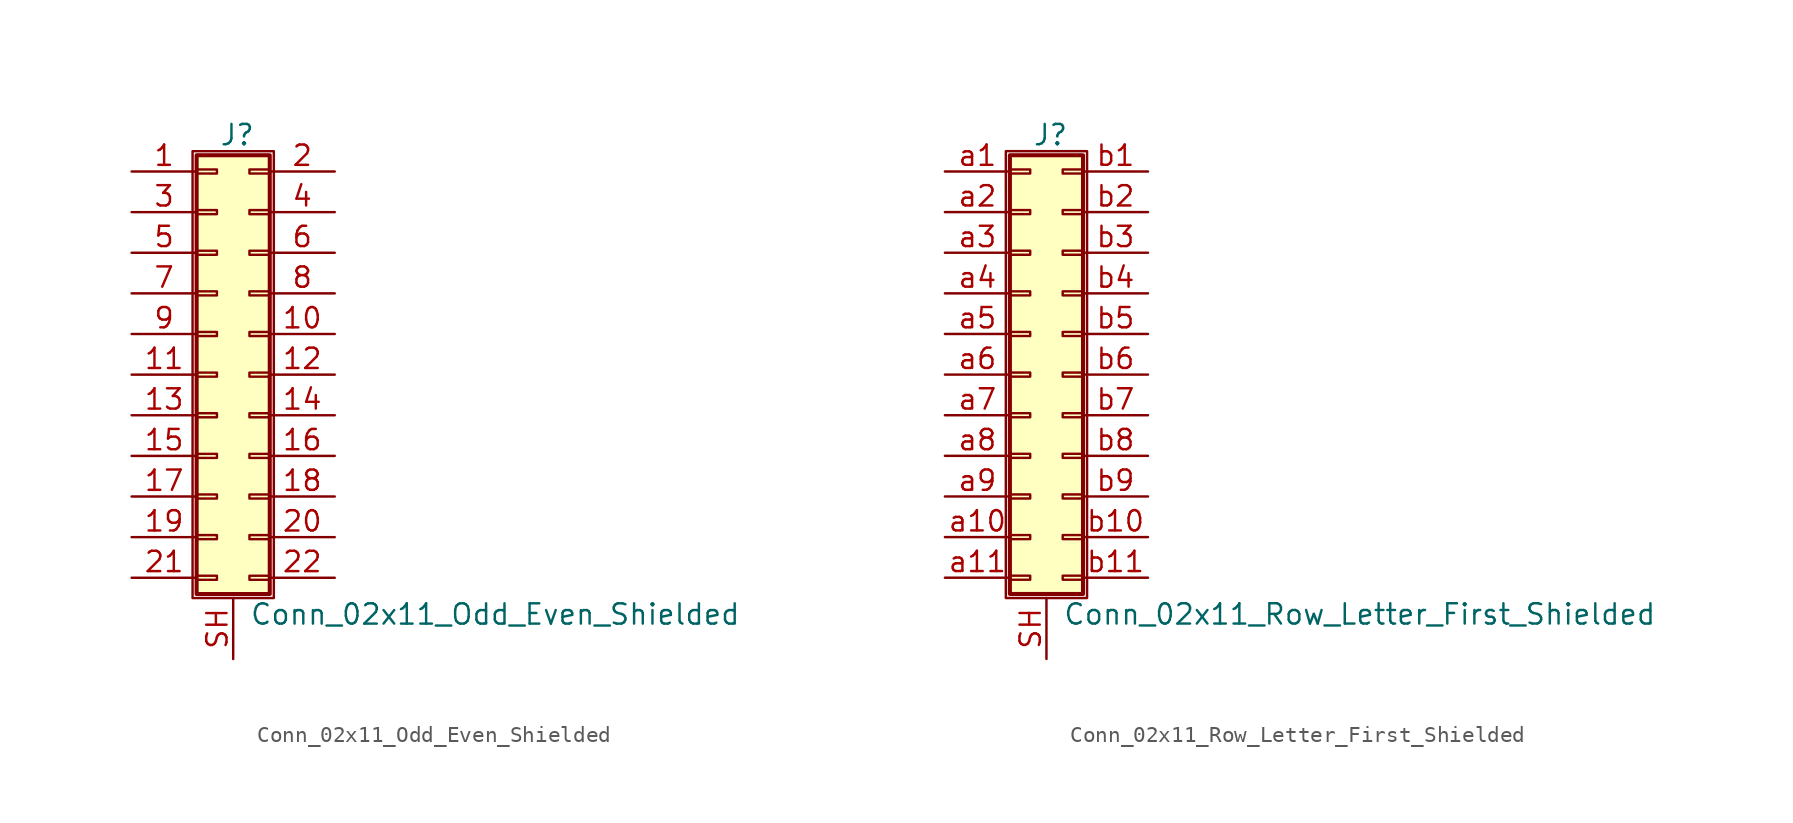
<source format=kicad_sym>
(kicad_symbol_lib
  (version 20201005)
  (generator kicad_symbol_editor)
  (symbol "Conn_02x11_Odd_Even_Shielded"
    (pin_names
      (offset 1.016) hide)
    (property "Reference" "J"
      (at 1.524 14.986 0)
      (effects (font (size 1.27 1.27))))
    (property "Value" "Conn_02x11_Odd_Even_Shielded"
      (at 2.286 -14.986 0)
      (effects (font (size 1.27 1.27)) (justify left)))
    (symbol "Conn_02x11_Odd_Even_Shielded_1_1"
      (rectangle (start -1.27 13.97) (end 3.81 -13.97) (stroke (width 0.152)) (fill (type none)))
      (rectangle (start -1.016 -12.573) (end 0.254 -12.827) (stroke (width 0.152)) (fill (type none)))
      (rectangle (start -1.016 -10.033) (end 0.254 -10.287) (stroke (width 0.152)) (fill (type none)))
      (rectangle (start -1.016 -7.493) (end 0.254 -7.747) (stroke (width 0.152)) (fill (type none)))
      (rectangle (start -1.016 -4.953) (end 0.254 -5.207) (stroke (width 0.152)) (fill (type none)))
      (rectangle (start -1.016 -2.413) (end 0.254 -2.667) (stroke (width 0.152)) (fill (type none)))
      (rectangle (start -1.016 0.127) (end 0.254 -0.127) (stroke (width 0.152)) (fill (type none)))
      (rectangle (start -1.016 2.667) (end 0.254 2.413) (stroke (width 0.152)) (fill (type none)))
      (rectangle (start -1.016 5.207) (end 0.254 4.953) (stroke (width 0.152)) (fill (type none)))
      (rectangle (start -1.016 7.747) (end 0.254 7.493) (stroke (width 0.152)) (fill (type none)))
      (rectangle (start -1.016 10.287) (end 0.254 10.033) (stroke (width 0.152)) (fill (type none)))
      (rectangle (start -1.016 12.827) (end 0.254 12.573) (stroke (width 0.152)) (fill (type none)))
      (rectangle (start 3.556 -12.573) (end 2.286 -12.827) (stroke (width 0.152)) (fill (type none)))
      (rectangle (start 3.556 -10.033) (end 2.286 -10.287) (stroke (width 0.152)) (fill (type none)))
      (rectangle (start 3.556 -7.493) (end 2.286 -7.747) (stroke (width 0.152)) (fill (type none)))
      (rectangle (start 3.556 -4.953) (end 2.286 -5.207) (stroke (width 0.152)) (fill (type none)))
      (rectangle (start 3.556 -2.413) (end 2.286 -2.667) (stroke (width 0.152)) (fill (type none)))
      (rectangle (start 3.556 0.127) (end 2.286 -0.127) (stroke (width 0.152)) (fill (type none)))
      (rectangle (start 3.556 2.667) (end 2.286 2.413) (stroke (width 0.152)) (fill (type none)))
      (rectangle (start 3.556 5.207) (end 2.286 4.953) (stroke (width 0.152)) (fill (type none)))
      (rectangle (start 3.556 7.747) (end 2.286 7.493) (stroke (width 0.152)) (fill (type none)))
      (rectangle (start 3.556 10.287) (end 2.286 10.033) (stroke (width 0.152)) (fill (type none)))
      (rectangle (start 3.556 12.827) (end 2.286 12.573) (stroke (width 0.152)) (fill (type none)))
      (rectangle (start -1.016 13.716) (end 3.556 -13.716) (stroke (width 0.254)) (fill (type background)))
      (pin passive line (at -5.08 12.7 0) (length 4.064) (name "Pin_1" (effects (font (size 1.27 1.27)))) (number "1" (effects (font (size 1.27 1.27)))))
      (pin passive line (at 7.62 2.54 180) (length 4.064) (name "Pin_10" (effects (font (size 1.27 1.27)))) (number "10" (effects (font (size 1.27 1.27)))))
      (pin passive line (at -5.08 0 0) (length 4.064) (name "Pin_11" (effects (font (size 1.27 1.27)))) (number "11" (effects (font (size 1.27 1.27)))))
      (pin passive line (at 7.62 0 180) (length 4.064) (name "Pin_12" (effects (font (size 1.27 1.27)))) (number "12" (effects (font (size 1.27 1.27)))))
      (pin passive line (at -5.08 -2.54 0) (length 4.064) (name "Pin_13" (effects (font (size 1.27 1.27)))) (number "13" (effects (font (size 1.27 1.27)))))
      (pin passive line (at 7.62 -2.54 180) (length 4.064) (name "Pin_14" (effects (font (size 1.27 1.27)))) (number "14" (effects (font (size 1.27 1.27)))))
      (pin passive line (at -5.08 -5.08 0) (length 4.064) (name "Pin_15" (effects (font (size 1.27 1.27)))) (number "15" (effects (font (size 1.27 1.27)))))
      (pin passive line (at 7.62 -5.08 180) (length 4.064) (name "Pin_16" (effects (font (size 1.27 1.27)))) (number "16" (effects (font (size 1.27 1.27)))))
      (pin passive line (at -5.08 -7.62 0) (length 4.064) (name "Pin_17" (effects (font (size 1.27 1.27)))) (number "17" (effects (font (size 1.27 1.27)))))
      (pin passive line (at 7.62 -7.62 180) (length 4.064) (name "Pin_18" (effects (font (size 1.27 1.27)))) (number "18" (effects (font (size 1.27 1.27)))))
      (pin passive line (at -5.08 -10.16 0) (length 4.064) (name "Pin_19" (effects (font (size 1.27 1.27)))) (number "19" (effects (font (size 1.27 1.27)))))
      (pin passive line (at 7.62 12.7 180) (length 4.064) (name "Pin_2" (effects (font (size 1.27 1.27)))) (number "2" (effects (font (size 1.27 1.27)))))
      (pin passive line (at 7.62 -10.16 180) (length 4.064) (name "Pin_20" (effects (font (size 1.27 1.27)))) (number "20" (effects (font (size 1.27 1.27)))))
      (pin passive line (at -5.08 -12.7 0) (length 4.064) (name "Pin_21" (effects (font (size 1.27 1.27)))) (number "21" (effects (font (size 1.27 1.27)))))
      (pin passive line (at 7.62 -12.7 180) (length 4.064) (name "Pin_22" (effects (font (size 1.27 1.27)))) (number "22" (effects (font (size 1.27 1.27)))))
      (pin passive line (at -5.08 10.16 0) (length 4.064) (name "Pin_3" (effects (font (size 1.27 1.27)))) (number "3" (effects (font (size 1.27 1.27)))))
      (pin passive line (at 7.62 10.16 180) (length 4.064) (name "Pin_4" (effects (font (size 1.27 1.27)))) (number "4" (effects (font (size 1.27 1.27)))))
      (pin passive line (at -5.08 7.62 0) (length 4.064) (name "Pin_5" (effects (font (size 1.27 1.27)))) (number "5" (effects (font (size 1.27 1.27)))))
      (pin passive line (at 7.62 7.62 180) (length 4.064) (name "Pin_6" (effects (font (size 1.27 1.27)))) (number "6" (effects (font (size 1.27 1.27)))))
      (pin passive line (at -5.08 5.08 0) (length 4.064) (name "Pin_7" (effects (font (size 1.27 1.27)))) (number "7" (effects (font (size 1.27 1.27)))))
      (pin passive line (at 7.62 5.08 180) (length 4.064) (name "Pin_8" (effects (font (size 1.27 1.27)))) (number "8" (effects (font (size 1.27 1.27)))))
      (pin passive line (at -5.08 2.54 0) (length 4.064) (name "Pin_9" (effects (font (size 1.27 1.27)))) (number "9" (effects (font (size 1.27 1.27)))))
      (pin passive line (at 1.27 -17.78 90) (length 3.81) (name "Shield" (effects (font (size 1.27 1.27)))) (number "SH" (effects (font (size 1.27 1.27)))))))
  (symbol "Conn_02x11_Row_Letter_First_Shielded"
    (pin_names
      (offset 1.016) hide)
    (property "Reference" "J"
      (at 1.524 14.986 0)
      (effects (font (size 1.27 1.27))))
    (property "Value" "Conn_02x11_Row_Letter_First_Shielded"
      (at 2.286 -14.986 0)
      (effects (font (size 1.27 1.27)) (justify left)))
    (symbol "Conn_02x11_Row_Letter_First_Shielded_1_1"
      (rectangle (start -1.27 13.97) (end 3.81 -13.97) (stroke (width 0.152)) (fill (type none)))
      (rectangle (start -1.016 -12.573) (end 0.254 -12.827) (stroke (width 0.152)) (fill (type none)))
      (rectangle (start -1.016 -10.033) (end 0.254 -10.287) (stroke (width 0.152)) (fill (type none)))
      (rectangle (start -1.016 -7.493) (end 0.254 -7.747) (stroke (width 0.152)) (fill (type none)))
      (rectangle (start -1.016 -4.953) (end 0.254 -5.207) (stroke (width 0.152)) (fill (type none)))
      (rectangle (start -1.016 -2.413) (end 0.254 -2.667) (stroke (width 0.152)) (fill (type none)))
      (rectangle (start -1.016 0.127) (end 0.254 -0.127) (stroke (width 0.152)) (fill (type none)))
      (rectangle (start -1.016 2.667) (end 0.254 2.413) (stroke (width 0.152)) (fill (type none)))
      (rectangle (start -1.016 5.207) (end 0.254 4.953) (stroke (width 0.152)) (fill (type none)))
      (rectangle (start -1.016 7.747) (end 0.254 7.493) (stroke (width 0.152)) (fill (type none)))
      (rectangle (start -1.016 10.287) (end 0.254 10.033) (stroke (width 0.152)) (fill (type none)))
      (rectangle (start -1.016 12.827) (end 0.254 12.573) (stroke (width 0.152)) (fill (type none)))
      (rectangle (start 3.556 -12.573) (end 2.286 -12.827) (stroke (width 0.152)) (fill (type none)))
      (rectangle (start 3.556 -10.033) (end 2.286 -10.287) (stroke (width 0.152)) (fill (type none)))
      (rectangle (start 3.556 -7.493) (end 2.286 -7.747) (stroke (width 0.152)) (fill (type none)))
      (rectangle (start 3.556 -4.953) (end 2.286 -5.207) (stroke (width 0.152)) (fill (type none)))
      (rectangle (start 3.556 -2.413) (end 2.286 -2.667) (stroke (width 0.152)) (fill (type none)))
      (rectangle (start 3.556 0.127) (end 2.286 -0.127) (stroke (width 0.152)) (fill (type none)))
      (rectangle (start 3.556 2.667) (end 2.286 2.413) (stroke (width 0.152)) (fill (type none)))
      (rectangle (start 3.556 5.207) (end 2.286 4.953) (stroke (width 0.152)) (fill (type none)))
      (rectangle (start 3.556 7.747) (end 2.286 7.493) (stroke (width 0.152)) (fill (type none)))
      (rectangle (start 3.556 10.287) (end 2.286 10.033) (stroke (width 0.152)) (fill (type none)))
      (rectangle (start 3.556 12.827) (end 2.286 12.573) (stroke (width 0.152)) (fill (type none)))
      (rectangle (start -1.016 13.716) (end 3.556 -13.716) (stroke (width 0.254)) (fill (type background)))
      (pin passive line (at 1.27 -17.78 90) (length 3.81) (name "Shield" (effects (font (size 1.27 1.27)))) (number "SH" (effects (font (size 1.27 1.27)))))
      (pin passive line (at -5.08 12.7 0) (length 4.064) (name "Pin_a1" (effects (font (size 1.27 1.27)))) (number "a1" (effects (font (size 1.27 1.27)))))
      (pin passive line (at -5.08 -10.16 0) (length 4.064) (name "Pin_a10" (effects (font (size 1.27 1.27)))) (number "a10" (effects (font (size 1.27 1.27)))))
      (pin passive line (at -5.08 -12.7 0) (length 4.064) (name "Pin_a11" (effects (font (size 1.27 1.27)))) (number "a11" (effects (font (size 1.27 1.27)))))
      (pin passive line (at -5.08 10.16 0) (length 4.064) (name "Pin_a2" (effects (font (size 1.27 1.27)))) (number "a2" (effects (font (size 1.27 1.27)))))
      (pin passive line (at -5.08 7.62 0) (length 4.064) (name "Pin_a3" (effects (font (size 1.27 1.27)))) (number "a3" (effects (font (size 1.27 1.27)))))
      (pin passive line (at -5.08 5.08 0) (length 4.064) (name "Pin_a4" (effects (font (size 1.27 1.27)))) (number "a4" (effects (font (size 1.27 1.27)))))
      (pin passive line (at -5.08 2.54 0) (length 4.064) (name "Pin_a5" (effects (font (size 1.27 1.27)))) (number "a5" (effects (font (size 1.27 1.27)))))
      (pin passive line (at -5.08 0 0) (length 4.064) (name "Pin_a6" (effects (font (size 1.27 1.27)))) (number "a6" (effects (font (size 1.27 1.27)))))
      (pin passive line (at -5.08 -2.54 0) (length 4.064) (name "Pin_a7" (effects (font (size 1.27 1.27)))) (number "a7" (effects (font (size 1.27 1.27)))))
      (pin passive line (at -5.08 -5.08 0) (length 4.064) (name "Pin_a8" (effects (font (size 1.27 1.27)))) (number "a8" (effects (font (size 1.27 1.27)))))
      (pin passive line (at -5.08 -7.62 0) (length 4.064) (name "Pin_a9" (effects (font (size 1.27 1.27)))) (number "a9" (effects (font (size 1.27 1.27)))))
      (pin passive line (at 7.62 12.7 180) (length 4.064) (name "Pin_b1" (effects (font (size 1.27 1.27)))) (number "b1" (effects (font (size 1.27 1.27)))))
      (pin passive line (at 7.62 -10.16 180) (length 4.064) (name "Pin_b10" (effects (font (size 1.27 1.27)))) (number "b10" (effects (font (size 1.27 1.27)))))
      (pin passive line (at 7.62 -12.7 180) (length 4.064) (name "Pin_b11" (effects (font (size 1.27 1.27)))) (number "b11" (effects (font (size 1.27 1.27)))))
      (pin passive line (at 7.62 10.16 180) (length 4.064) (name "Pin_b2" (effects (font (size 1.27 1.27)))) (number "b2" (effects (font (size 1.27 1.27)))))
      (pin passive line (at 7.62 7.62 180) (length 4.064) (name "Pin_b3" (effects (font (size 1.27 1.27)))) (number "b3" (effects (font (size 1.27 1.27)))))
      (pin passive line (at 7.62 5.08 180) (length 4.064) (name "Pin_b4" (effects (font (size 1.27 1.27)))) (number "b4" (effects (font (size 1.27 1.27)))))
      (pin passive line (at 7.62 2.54 180) (length 4.064) (name "Pin_b5" (effects (font (size 1.27 1.27)))) (number "b5" (effects (font (size 1.27 1.27)))))
      (pin passive line (at 7.62 0 180) (length 4.064) (name "Pin_b6" (effects (font (size 1.27 1.27)))) (number "b6" (effects (font (size 1.27 1.27)))))
      (pin passive line (at 7.62 -2.54 180) (length 4.064) (name "Pin_b7" (effects (font (size 1.27 1.27)))) (number "b7" (effects (font (size 1.27 1.27)))))
      (pin passive line (at 7.62 -5.08 180) (length 4.064) (name "Pin_b8" (effects (font (size 1.27 1.27)))) (number "b8" (effects (font (size 1.27 1.27)))))
      (pin passive line (at 7.62 -7.62 180) (length 4.064) (name "Pin_b9" (effects (font (size 1.27 1.27)))) (number "b9" (effects (font (size 1.27 1.27))))))))
</source>
